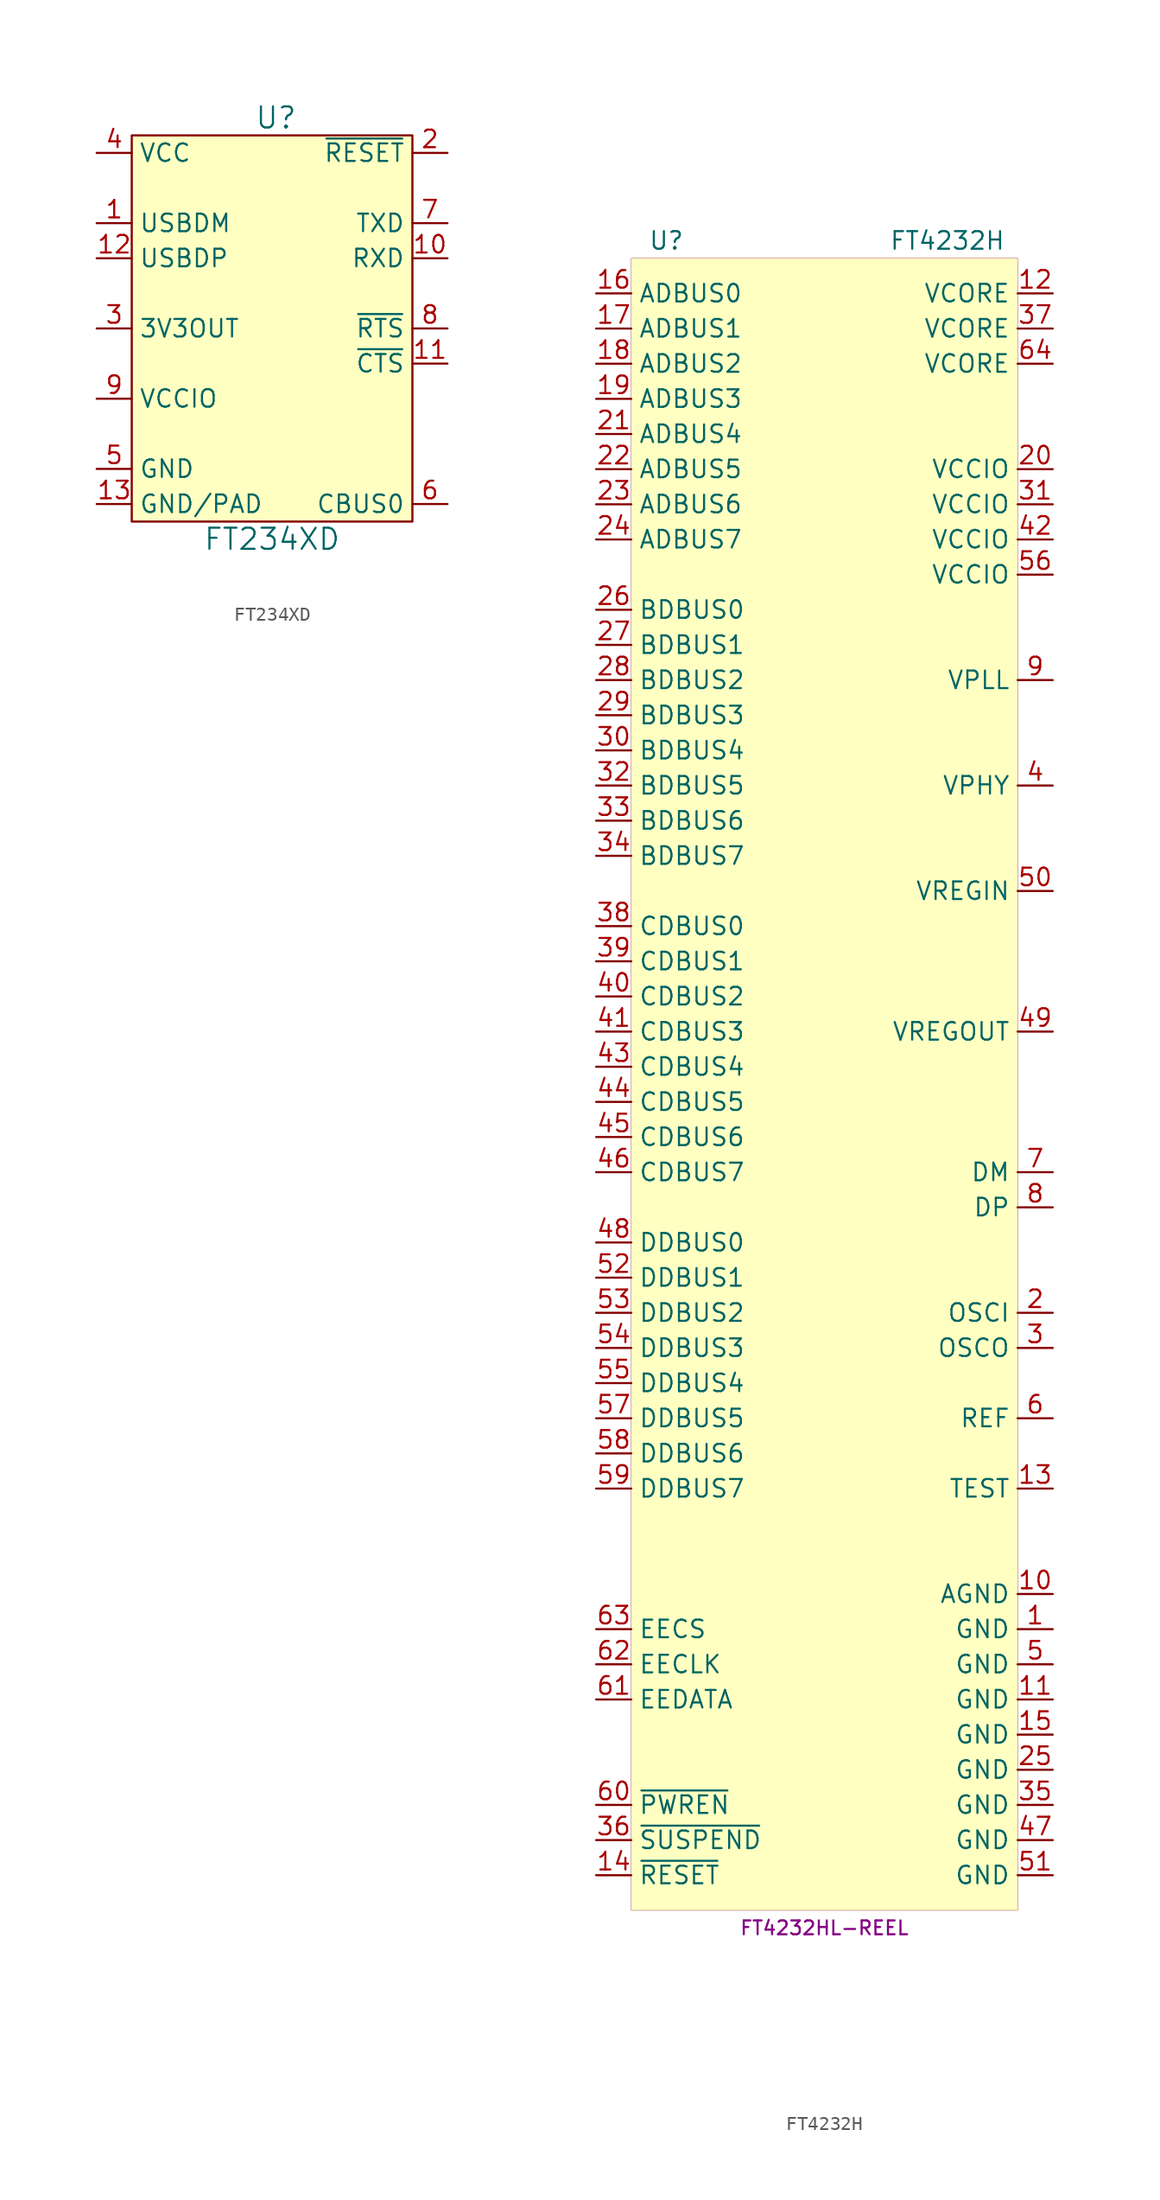
<source format=kicad_sym>
(kicad_symbol_lib
  (version 20231120)
  (generator "kicad_symbol_editor")
  (generator_version "8.0")
  (symbol "FT234XD"
    (property "Reference" "U"
      (at -1.27 12.7 0)
      (effects (font (size 1.524 1.524)) (justify left)))
    (property "Value" "FT234XD"
      (at 0 -17.78 0)
      (effects (font (size 1.524 1.524))))
    (symbol "FT234XD_0_1"
      (rectangle (start -10.16 11.43) (end 10.16 -16.51) (stroke (width 0) (type default)) (fill (type background))))
    (symbol "FT234XD_1_1"
      (pin bidirectional line (at -12.7 5.08 0) (length 2.54) (name "USBDM" (effects (font (size 1.27 1.27)))) (number "1" (effects (font (size 1.27 1.27)))))
      (pin input line (at 12.7 2.54 180) (length 2.54) (name "RXD" (effects (font (size 1.27 1.27)))) (number "10" (effects (font (size 1.27 1.27)))))
      (pin input line (at 12.7 -5.08 180) (length 2.54) (name "~{CTS}" (effects (font (size 1.27 1.27)))) (number "11" (effects (font (size 1.27 1.27)))))
      (pin bidirectional line (at -12.7 2.54 0) (length 2.54) (name "USBDP" (effects (font (size 1.27 1.27)))) (number "12" (effects (font (size 1.27 1.27)))))
      (pin power_in line (at -12.7 -15.24 0) (length 2.54) (name "GND/PAD" (effects (font (size 1.27 1.27)))) (number "13" (effects (font (size 1.27 1.27)))))
      (pin input line (at 12.7 10.16 180) (length 2.54) (name "~{RESET}" (effects (font (size 1.27 1.27)))) (number "2" (effects (font (size 1.27 1.27)))))
      (pin power_out line (at -12.7 -2.54 0) (length 2.54) (name "3V3OUT" (effects (font (size 1.27 1.27)))) (number "3" (effects (font (size 1.27 1.27)))))
      (pin power_in line (at -12.7 10.16 0) (length 2.54) (name "VCC" (effects (font (size 1.27 1.27)))) (number "4" (effects (font (size 1.27 1.27)))))
      (pin power_in line (at -12.7 -12.7 0) (length 2.54) (name "GND" (effects (font (size 1.27 1.27)))) (number "5" (effects (font (size 1.27 1.27)))))
      (pin bidirectional line (at 12.7 -15.24 180) (length 2.54) (name "CBUS0" (effects (font (size 1.27 1.27)))) (number "6" (effects (font (size 1.27 1.27)))))
      (pin output line (at 12.7 5.08 180) (length 2.54) (name "TXD" (effects (font (size 1.27 1.27)))) (number "7" (effects (font (size 1.27 1.27)))))
      (pin output line (at 12.7 -2.54 180) (length 2.54) (name "~{RTS}" (effects (font (size 1.27 1.27)))) (number "8" (effects (font (size 1.27 1.27)))))
      (pin power_in line (at -12.7 -7.62 0) (length 2.54) (name "VCCIO" (effects (font (size 1.27 1.27)))) (number "9" (effects (font (size 1.27 1.27)))))))
  (symbol "FT4232H"
    (property "Reference" "U"
      (at -11.43 57.15 0)
      (effects (font (size 1.27 1.27))))
    (property "Value" "FT4232H"
      (at 8.89 57.15 0)
      (effects (font (size 1.27 1.27))))
    (property "MPN" "FT4232HL-REEL"
      (at 0 -64.77 0)
      (effects (font (size 1 1))))
    (symbol "FT4232H_0_1"
      (rectangle (start -13.97 -63.5) (end 13.97 55.88) (stroke (width 0.001) (type default)) (fill (type background))))
    (symbol "FT4232H_1_1"
      (pin power_in line (at 16.51 -43.18 180) (length 2.54) (name "GND" (effects (font (size 1.27 1.27)))) (number "1" (effects (font (size 1.27 1.27)))))
      (pin power_in line (at 16.51 -40.64 180) (length 2.54) (name "AGND" (effects (font (size 1.27 1.27)))) (number "10" (effects (font (size 1.27 1.27)))))
      (pin power_in line (at 16.51 -48.26 180) (length 2.54) (name "GND" (effects (font (size 1.27 1.27)))) (number "11" (effects (font (size 1.27 1.27)))))
      (pin power_in line (at 16.51 53.34 180) (length 2.54) (name "VCORE" (effects (font (size 1.27 1.27)))) (number "12" (effects (font (size 1.27 1.27)))))
      (pin input line (at 16.51 -33.02 180) (length 2.54) (name "TEST" (effects (font (size 1.27 1.27)))) (number "13" (effects (font (size 1.27 1.27)))))
      (pin input line (at -16.51 -60.96 0) (length 2.54) (name "~{RESET}" (effects (font (size 1.27 1.27)))) (number "14" (effects (font (size 1.27 1.27)))))
      (pin power_in line (at 16.51 -50.8 180) (length 2.54) (name "GND" (effects (font (size 1.27 1.27)))) (number "15" (effects (font (size 1.27 1.27)))))
      (pin bidirectional line (at -16.51 53.34 0) (length 2.54) (name "ADBUS0" (effects (font (size 1.27 1.27)))) (number "16" (effects (font (size 1.27 1.27)))))
      (pin bidirectional line (at -16.51 50.8 0) (length 2.54) (name "ADBUS1" (effects (font (size 1.27 1.27)))) (number "17" (effects (font (size 1.27 1.27)))))
      (pin bidirectional line (at -16.51 48.26 0) (length 2.54) (name "ADBUS2" (effects (font (size 1.27 1.27)))) (number "18" (effects (font (size 1.27 1.27)))))
      (pin bidirectional line (at -16.51 45.72 0) (length 2.54) (name "ADBUS3" (effects (font (size 1.27 1.27)))) (number "19" (effects (font (size 1.27 1.27)))))
      (pin input line (at 16.51 -20.32 180) (length 2.54) (name "OSCI" (effects (font (size 1.27 1.27)))) (number "2" (effects (font (size 1.27 1.27)))))
      (pin power_in line (at 16.51 40.64 180) (length 2.54) (name "VCCIO" (effects (font (size 1.27 1.27)))) (number "20" (effects (font (size 1.27 1.27)))))
      (pin bidirectional line (at -16.51 43.18 0) (length 2.54) (name "ADBUS4" (effects (font (size 1.27 1.27)))) (number "21" (effects (font (size 1.27 1.27)))))
      (pin bidirectional line (at -16.51 40.64 0) (length 2.54) (name "ADBUS5" (effects (font (size 1.27 1.27)))) (number "22" (effects (font (size 1.27 1.27)))))
      (pin bidirectional line (at -16.51 38.1 0) (length 2.54) (name "ADBUS6" (effects (font (size 1.27 1.27)))) (number "23" (effects (font (size 1.27 1.27)))))
      (pin bidirectional line (at -16.51 35.56 0) (length 2.54) (name "ADBUS7" (effects (font (size 1.27 1.27)))) (number "24" (effects (font (size 1.27 1.27)))))
      (pin power_in line (at 16.51 -53.34 180) (length 2.54) (name "GND" (effects (font (size 1.27 1.27)))) (number "25" (effects (font (size 1.27 1.27)))))
      (pin bidirectional line (at -16.51 30.48 0) (length 2.54) (name "BDBUS0" (effects (font (size 1.27 1.27)))) (number "26" (effects (font (size 1.27 1.27)))))
      (pin bidirectional line (at -16.51 27.94 0) (length 2.54) (name "BDBUS1" (effects (font (size 1.27 1.27)))) (number "27" (effects (font (size 1.27 1.27)))))
      (pin bidirectional line (at -16.51 25.4 0) (length 2.54) (name "BDBUS2" (effects (font (size 1.27 1.27)))) (number "28" (effects (font (size 1.27 1.27)))))
      (pin bidirectional line (at -16.51 22.86 0) (length 2.54) (name "BDBUS3" (effects (font (size 1.27 1.27)))) (number "29" (effects (font (size 1.27 1.27)))))
      (pin output line (at 16.51 -22.86 180) (length 2.54) (name "OSCO" (effects (font (size 1.27 1.27)))) (number "3" (effects (font (size 1.27 1.27)))))
      (pin bidirectional line (at -16.51 20.32 0) (length 2.54) (name "BDBUS4" (effects (font (size 1.27 1.27)))) (number "30" (effects (font (size 1.27 1.27)))))
      (pin power_in line (at 16.51 38.1 180) (length 2.54) (name "VCCIO" (effects (font (size 1.27 1.27)))) (number "31" (effects (font (size 1.27 1.27)))))
      (pin bidirectional line (at -16.51 17.78 0) (length 2.54) (name "BDBUS5" (effects (font (size 1.27 1.27)))) (number "32" (effects (font (size 1.27 1.27)))))
      (pin bidirectional line (at -16.51 15.24 0) (length 2.54) (name "BDBUS6" (effects (font (size 1.27 1.27)))) (number "33" (effects (font (size 1.27 1.27)))))
      (pin bidirectional line (at -16.51 12.7 0) (length 2.54) (name "BDBUS7" (effects (font (size 1.27 1.27)))) (number "34" (effects (font (size 1.27 1.27)))))
      (pin power_in line (at 16.51 -55.88 180) (length 2.54) (name "GND" (effects (font (size 1.27 1.27)))) (number "35" (effects (font (size 1.27 1.27)))))
      (pin output line (at -16.51 -58.42 0) (length 2.54) (name "~{SUSPEND}" (effects (font (size 1.27 1.27)))) (number "36" (effects (font (size 1.27 1.27)))))
      (pin power_in line (at 16.51 50.8 180) (length 2.54) (name "VCORE" (effects (font (size 1.27 1.27)))) (number "37" (effects (font (size 1.27 1.27)))))
      (pin bidirectional line (at -16.51 7.62 0) (length 2.54) (name "CDBUS0" (effects (font (size 1.27 1.27)))) (number "38" (effects (font (size 1.27 1.27)))))
      (pin bidirectional line (at -16.51 5.08 0) (length 2.54) (name "CDBUS1" (effects (font (size 1.27 1.27)))) (number "39" (effects (font (size 1.27 1.27)))))
      (pin power_in line (at 16.51 17.78 180) (length 2.54) (name "VPHY" (effects (font (size 1.27 1.27)))) (number "4" (effects (font (size 1.27 1.27)))))
      (pin bidirectional line (at -16.51 2.54 0) (length 2.54) (name "CDBUS2" (effects (font (size 1.27 1.27)))) (number "40" (effects (font (size 1.27 1.27)))))
      (pin bidirectional line (at -16.51 0 0) (length 2.54) (name "CDBUS3" (effects (font (size 1.27 1.27)))) (number "41" (effects (font (size 1.27 1.27)))))
      (pin power_in line (at 16.51 35.56 180) (length 2.54) (name "VCCIO" (effects (font (size 1.27 1.27)))) (number "42" (effects (font (size 1.27 1.27)))))
      (pin bidirectional line (at -16.51 -2.54 0) (length 2.54) (name "CDBUS4" (effects (font (size 1.27 1.27)))) (number "43" (effects (font (size 1.27 1.27)))))
      (pin bidirectional line (at -16.51 -5.08 0) (length 2.54) (name "CDBUS5" (effects (font (size 1.27 1.27)))) (number "44" (effects (font (size 1.27 1.27)))))
      (pin bidirectional line (at -16.51 -7.62 0) (length 2.54) (name "CDBUS6" (effects (font (size 1.27 1.27)))) (number "45" (effects (font (size 1.27 1.27)))))
      (pin bidirectional line (at -16.51 -10.16 0) (length 2.54) (name "CDBUS7" (effects (font (size 1.27 1.27)))) (number "46" (effects (font (size 1.27 1.27)))))
      (pin power_in line (at 16.51 -58.42 180) (length 2.54) (name "GND" (effects (font (size 1.27 1.27)))) (number "47" (effects (font (size 1.27 1.27)))))
      (pin bidirectional line (at -16.51 -15.24 0) (length 2.54) (name "DDBUS0" (effects (font (size 1.27 1.27)))) (number "48" (effects (font (size 1.27 1.27)))))
      (pin power_out line (at 16.51 0 180) (length 2.54) (name "VREGOUT" (effects (font (size 1.27 1.27)))) (number "49" (effects (font (size 1.27 1.27)))))
      (pin power_in line (at 16.51 -45.72 180) (length 2.54) (name "GND" (effects (font (size 1.27 1.27)))) (number "5" (effects (font (size 1.27 1.27)))))
      (pin power_in line (at 16.51 10.16 180) (length 2.54) (name "VREGIN" (effects (font (size 1.27 1.27)))) (number "50" (effects (font (size 1.27 1.27)))))
      (pin power_in line (at 16.51 -60.96 180) (length 2.54) (name "GND" (effects (font (size 1.27 1.27)))) (number "51" (effects (font (size 1.27 1.27)))))
      (pin bidirectional line (at -16.51 -17.78 0) (length 2.54) (name "DDBUS1" (effects (font (size 1.27 1.27)))) (number "52" (effects (font (size 1.27 1.27)))))
      (pin bidirectional line (at -16.51 -20.32 0) (length 2.54) (name "DDBUS2" (effects (font (size 1.27 1.27)))) (number "53" (effects (font (size 1.27 1.27)))))
      (pin bidirectional line (at -16.51 -22.86 0) (length 2.54) (name "DDBUS3" (effects (font (size 1.27 1.27)))) (number "54" (effects (font (size 1.27 1.27)))))
      (pin bidirectional line (at -16.51 -25.4 0) (length 2.54) (name "DDBUS4" (effects (font (size 1.27 1.27)))) (number "55" (effects (font (size 1.27 1.27)))))
      (pin power_in line (at 16.51 33.02 180) (length 2.54) (name "VCCIO" (effects (font (size 1.27 1.27)))) (number "56" (effects (font (size 1.27 1.27)))))
      (pin bidirectional line (at -16.51 -27.94 0) (length 2.54) (name "DDBUS5" (effects (font (size 1.27 1.27)))) (number "57" (effects (font (size 1.27 1.27)))))
      (pin bidirectional line (at -16.51 -30.48 0) (length 2.54) (name "DDBUS6" (effects (font (size 1.27 1.27)))) (number "58" (effects (font (size 1.27 1.27)))))
      (pin bidirectional line (at -16.51 -33.02 0) (length 2.54) (name "DDBUS7" (effects (font (size 1.27 1.27)))) (number "59" (effects (font (size 1.27 1.27)))))
      (pin input line (at 16.51 -27.94 180) (length 2.54) (name "REF" (effects (font (size 1.27 1.27)))) (number "6" (effects (font (size 1.27 1.27)))))
      (pin output line (at -16.51 -55.88 0) (length 2.54) (name "~{PWREN}" (effects (font (size 1.27 1.27)))) (number "60" (effects (font (size 1.27 1.27)))))
      (pin bidirectional line (at -16.51 -48.26 0) (length 2.54) (name "EEDATA" (effects (font (size 1.27 1.27)))) (number "61" (effects (font (size 1.27 1.27)))))
      (pin output line (at -16.51 -45.72 0) (length 2.54) (name "EECLK" (effects (font (size 1.27 1.27)))) (number "62" (effects (font (size 1.27 1.27)))))
      (pin bidirectional line (at -16.51 -43.18 0) (length 2.54) (name "EECS" (effects (font (size 1.27 1.27)))) (number "63" (effects (font (size 1.27 1.27)))))
      (pin power_in line (at 16.51 48.26 180) (length 2.54) (name "VCORE" (effects (font (size 1.27 1.27)))) (number "64" (effects (font (size 1.27 1.27)))))
      (pin bidirectional line (at 16.51 -10.16 180) (length 2.54) (name "DM" (effects (font (size 1.27 1.27)))) (number "7" (effects (font (size 1.27 1.27)))))
      (pin bidirectional line (at 16.51 -12.7 180) (length 2.54) (name "DP" (effects (font (size 1.27 1.27)))) (number "8" (effects (font (size 1.27 1.27)))))
      (pin power_in line (at 16.51 25.4 180) (length 2.54) (name "VPLL" (effects (font (size 1.27 1.27)))) (number "9" (effects (font (size 1.27 1.27))))))))
</source>
